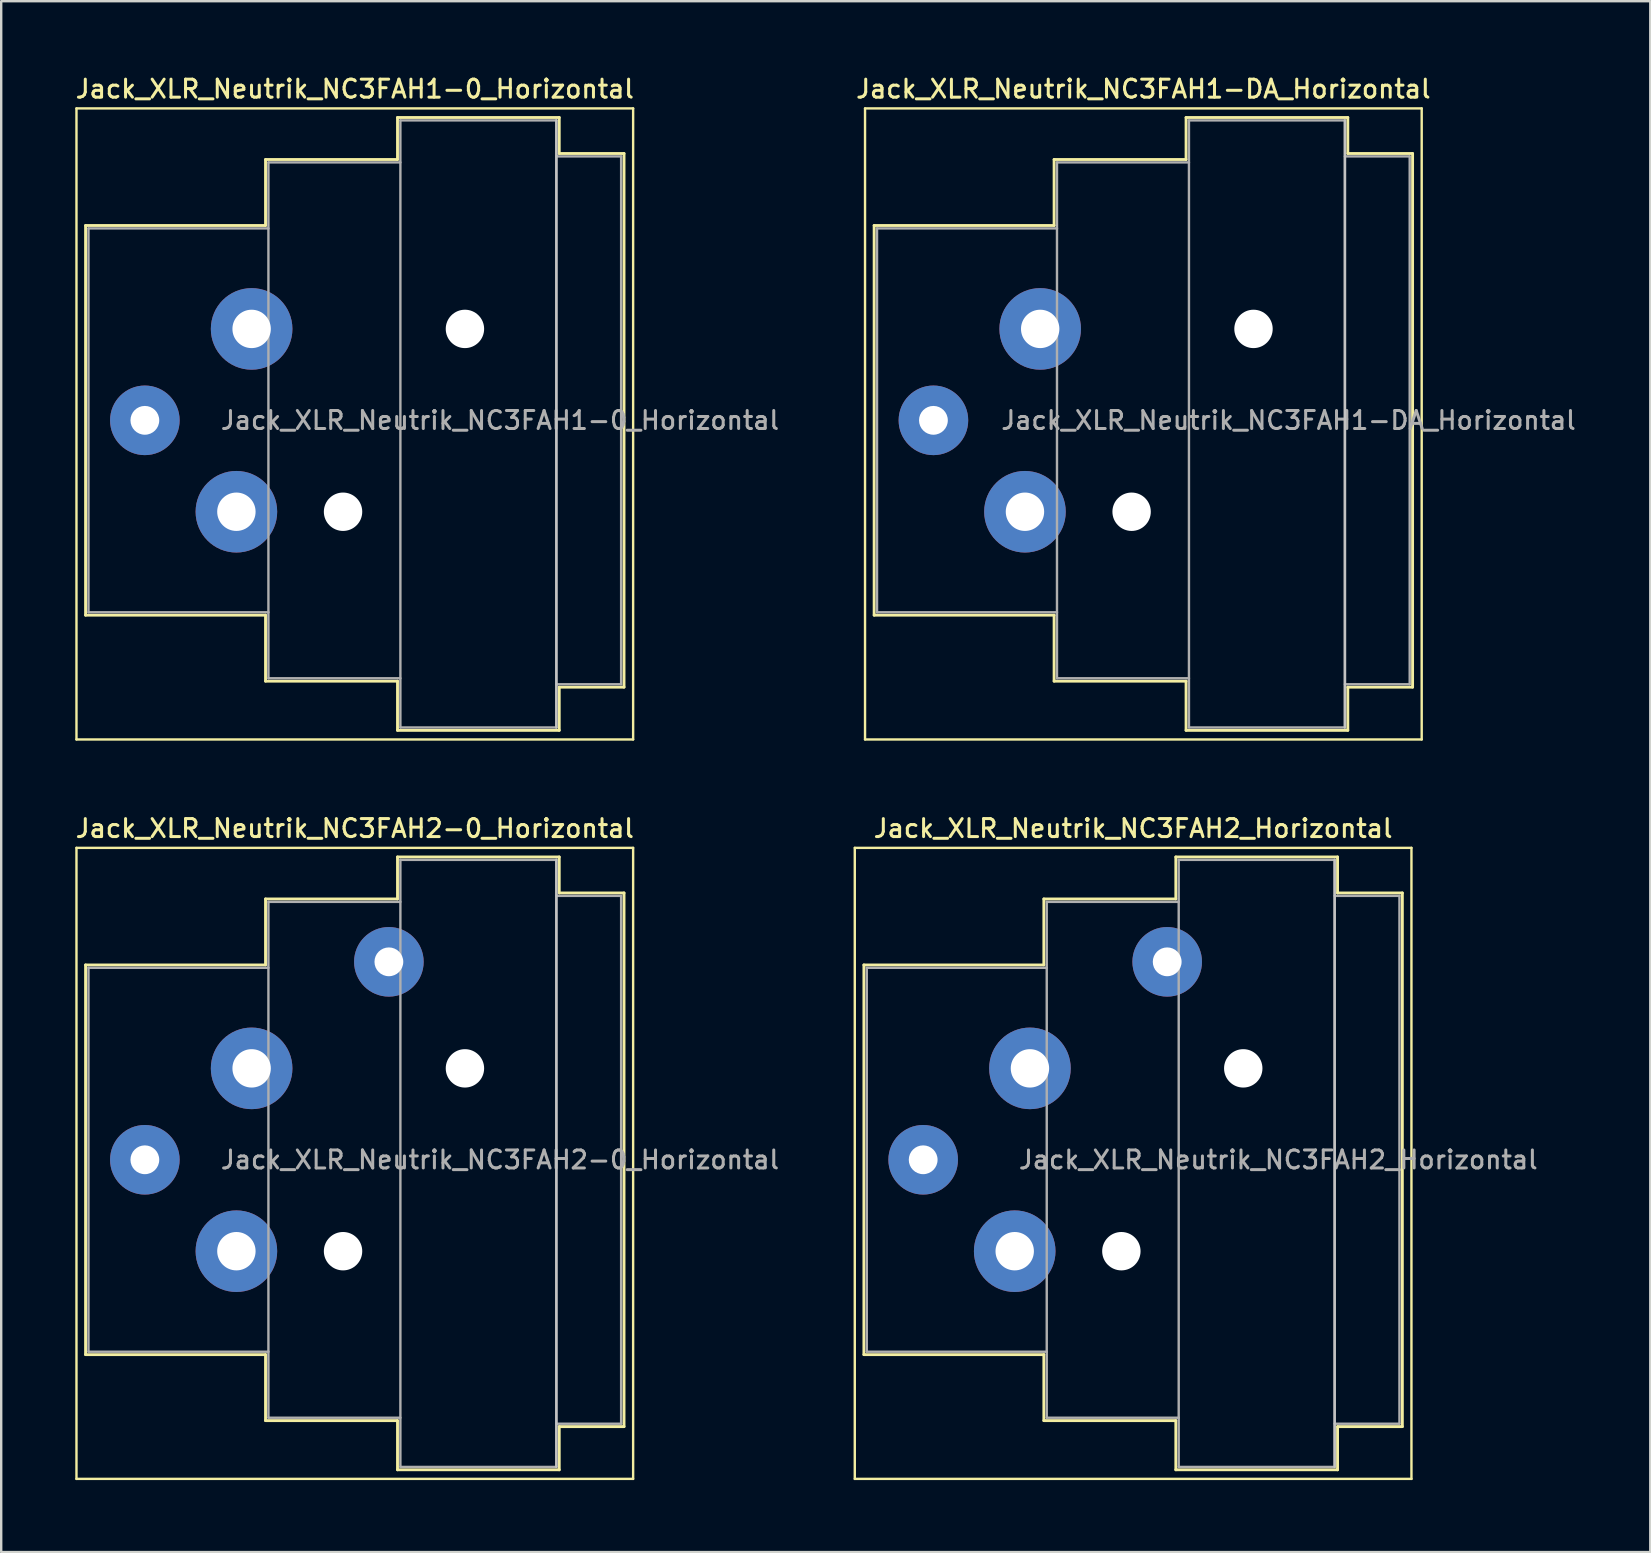
<source format=kicad_pcb>
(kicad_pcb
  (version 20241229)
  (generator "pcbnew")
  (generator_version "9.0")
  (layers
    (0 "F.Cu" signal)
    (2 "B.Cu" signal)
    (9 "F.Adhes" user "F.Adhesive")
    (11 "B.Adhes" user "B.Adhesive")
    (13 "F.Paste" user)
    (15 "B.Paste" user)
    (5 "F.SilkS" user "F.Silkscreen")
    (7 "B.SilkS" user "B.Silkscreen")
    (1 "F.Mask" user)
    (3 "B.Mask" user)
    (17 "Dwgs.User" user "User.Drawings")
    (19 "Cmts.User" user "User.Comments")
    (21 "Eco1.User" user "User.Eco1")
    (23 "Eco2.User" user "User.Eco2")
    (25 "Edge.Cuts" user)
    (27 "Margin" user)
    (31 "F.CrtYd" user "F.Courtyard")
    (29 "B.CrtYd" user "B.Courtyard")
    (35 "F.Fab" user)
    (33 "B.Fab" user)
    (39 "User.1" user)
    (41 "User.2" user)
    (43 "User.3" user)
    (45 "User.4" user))
  (footprint "Jack_XLR_Neutrik_NC3FAH2_Horizontal"
    (layer "F.Cu")
    (at 39.875 41.476)
    (property "Reference" "Jack_XLR_Neutrik_NC3FAH2_Horizontal" (at 4.3 -10 0) (layer "F.SilkS") (effects (font (size 0.75 0.75) (thickness 0.125))))
    (attr through_hole)
    (fp_line (start -7.3 -9.19) (end -7.3 17.11) (stroke (width 0.1) (type solid)) (layer "F.SilkS"))
    (fp_line (start -6.92 -4.31) (end -6.92 11.93) (stroke (width 0.12) (type solid)) (layer "F.SilkS"))
    (fp_line (start 0.58 -7.06) (end 0.58 -4.31) (stroke (width 0.12) (type solid)) (layer "F.SilkS"))
    (fp_line (start 0.58 -4.31) (end -6.92 -4.31) (stroke (width 0.12) (type solid)) (layer "F.SilkS"))
    (fp_line (start 0.58 11.93) (end -6.92 11.93) (stroke (width 0.12) (type solid)) (layer "F.SilkS"))
    (fp_line (start 0.58 11.93) (end 0.58 14.68) (stroke (width 0.12) (type solid)) (layer "F.SilkS"))
    (fp_line (start 6.08 -7.06) (end 0.58 -7.06) (stroke (width 0.12) (type solid)) (layer "F.SilkS"))
    (fp_line (start 6.08 -7.06) (end 6.08 -8.81) (stroke (width 0.12) (type solid)) (layer "F.SilkS"))
    (fp_line (start 6.08 14.68) (end 0.58 14.68) (stroke (width 0.12) (type solid)) (layer "F.SilkS"))
    (fp_line (start 6.08 16.73) (end 6.08 14.68) (stroke (width 0.12) (type solid)) (layer "F.SilkS"))
    (fp_line (start 12.82 -8.81) (end 6.08 -8.81) (stroke (width 0.12) (type solid)) (layer "F.SilkS"))
    (fp_line (start 12.82 -8.81) (end 12.82 -7.31) (stroke (width 0.12) (type solid)) (layer "F.SilkS"))
    (fp_line (start 12.82 -7.31) (end 15.52 -7.31) (stroke (width 0.12) (type solid)) (layer "F.SilkS"))
    (fp_line (start 12.82 14.93) (end 12.82 16.73) (stroke (width 0.12) (type solid)) (layer "F.SilkS"))
    (fp_line (start 12.82 14.93) (end 15.52 14.93) (stroke (width 0.12) (type solid)) (layer "F.SilkS"))
    (fp_line (start 12.82 16.73) (end 6.08 16.73) (stroke (width 0.12) (type solid)) (layer "F.SilkS"))
    (fp_line (start 15.52 -7.31) (end 15.52 14.93) (stroke (width 0.12) (type solid)) (layer "F.SilkS"))
    (fp_line (start 15.9 -9.19) (end -7.3 -9.19) (stroke (width 0.1) (type solid)) (layer "F.SilkS"))
    (fp_line (start 15.9 -9.19) (end 15.9 17.11) (stroke (width 0.1) (type solid)) (layer "F.SilkS"))
    (fp_line (start 15.9 17.11) (end -7.3 17.11) (stroke (width 0.1) (type solid)) (layer "F.SilkS"))
    (fp_line (start 12.7 -8.69) (end 12.7 16.61) (stroke (width 0.1) (type solid)) (layer "Dwgs.User"))
    (fp_line (start -6.8 -4.19) (end -6.8 11.81) (stroke (width 0.1) (type solid)) (layer "F.Fab"))
    (fp_line (start -6.8 11.81) (end 0.7 11.81) (stroke (width 0.1) (type solid)) (layer "F.Fab"))
    (fp_line (start 0.7 -6.94) (end 0.7 14.56) (stroke (width 0.1) (type solid)) (layer "F.Fab"))
    (fp_line (start 0.7 -4.19) (end -6.8 -4.19) (stroke (width 0.1) (type solid)) (layer "F.Fab"))
    (fp_line (start 0.7 14.56) (end 6.2 14.56) (stroke (width 0.1) (type solid)) (layer "F.Fab"))
    (fp_line (start 6.2 -8.69) (end 12.7 -8.69) (stroke (width 0.1) (type solid)) (layer "F.Fab"))
    (fp_line (start 6.2 -6.94) (end 0.7 -6.94) (stroke (width 0.1) (type solid)) (layer "F.Fab"))
    (fp_line (start 6.2 16.61) (end 6.2 -8.69) (stroke (width 0.1) (type solid)) (layer "F.Fab"))
    (fp_line (start 12.7 -8.69) (end 12.7 16.61) (stroke (width 0.1) (type solid)) (layer "F.Fab"))
    (fp_line (start 12.7 -7.19) (end 15.4 -7.19) (stroke (width 0.1) (type solid)) (layer "F.Fab"))
    (fp_line (start 12.7 16.61) (end 6.2 16.61) (stroke (width 0.1) (type solid)) (layer "F.Fab"))
    (fp_line (start 15.4 -7.19) (end 15.4 14.81) (stroke (width 0.1) (type solid)) (layer "F.Fab"))
    (fp_line (start 15.4 14.81) (end 12.7 14.81) (stroke (width 0.1) (type solid)) (layer "F.Fab"))
    (fp_text user "${REFERENCE}" (at 10.35 3.81 0) (layer "F.Fab") (effects (font (size 0.75 0.75) (thickness 0.125))))
    (pad "" np_thru_hole circle (at 3.81 7.62) (size 1.6 1.6) (drill 1.6) (layers "*.Cu" "*.Mask"))
    (pad "" np_thru_hole circle (at 8.89 0) (size 1.6 1.6) (drill 1.6) (layers "*.Cu" "*.Mask"))
    (pad "1" thru_hole circle (at 0 0) (size 3.4 3.4) (drill 1.6) (layers "*.Cu" "*.Mask"))
    (pad "2" thru_hole circle (at -0.635 7.62) (size 3.4 3.4) (drill 1.6) (layers "*.Cu" "*.Mask"))
    (pad "3" thru_hole circle (at -4.45 3.81) (size 2.9 2.9) (drill 1.2) (layers "*.Cu" "*.Mask"))
    (pad "G" thru_hole circle (at 5.72 -4.44) (size 2.9 2.9) (drill 1.2) (layers "*.Cu" "*.Mask")))
  (footprint "Jack_XLR_Neutrik_NC3FAH2-0_Horizontal"
    (layer "F.Cu")
    (at 7.437 41.476)
    (property "Reference" "Jack_XLR_Neutrik_NC3FAH2-0_Horizontal" (at 4.3 -10 0) (layer "F.SilkS") (effects (font (size 0.75 0.75) (thickness 0.125))))
    (attr through_hole)
    (fp_line (start -7.3 -9.19) (end -7.3 17.11) (stroke (width 0.1) (type solid)) (layer "F.SilkS"))
    (fp_line (start -6.92 -4.31) (end -6.92 11.93) (stroke (width 0.12) (type solid)) (layer "F.SilkS"))
    (fp_line (start 0.58 -7.06) (end 0.58 -4.31) (stroke (width 0.12) (type solid)) (layer "F.SilkS"))
    (fp_line (start 0.58 -4.31) (end -6.92 -4.31) (stroke (width 0.12) (type solid)) (layer "F.SilkS"))
    (fp_line (start 0.58 11.93) (end -6.92 11.93) (stroke (width 0.12) (type solid)) (layer "F.SilkS"))
    (fp_line (start 0.58 11.93) (end 0.58 14.68) (stroke (width 0.12) (type solid)) (layer "F.SilkS"))
    (fp_line (start 6.08 -7.06) (end 0.58 -7.06) (stroke (width 0.12) (type solid)) (layer "F.SilkS"))
    (fp_line (start 6.08 -7.06) (end 6.08 -8.81) (stroke (width 0.12) (type solid)) (layer "F.SilkS"))
    (fp_line (start 6.08 14.68) (end 0.58 14.68) (stroke (width 0.12) (type solid)) (layer "F.SilkS"))
    (fp_line (start 6.08 16.73) (end 6.08 14.68) (stroke (width 0.12) (type solid)) (layer "F.SilkS"))
    (fp_line (start 12.82 -8.81) (end 6.08 -8.81) (stroke (width 0.12) (type solid)) (layer "F.SilkS"))
    (fp_line (start 12.82 -8.81) (end 12.82 -7.31) (stroke (width 0.12) (type solid)) (layer "F.SilkS"))
    (fp_line (start 12.82 -7.31) (end 15.52 -7.31) (stroke (width 0.12) (type solid)) (layer "F.SilkS"))
    (fp_line (start 12.82 14.93) (end 12.82 16.73) (stroke (width 0.12) (type solid)) (layer "F.SilkS"))
    (fp_line (start 12.82 14.93) (end 15.52 14.93) (stroke (width 0.12) (type solid)) (layer "F.SilkS"))
    (fp_line (start 12.82 16.73) (end 6.08 16.73) (stroke (width 0.12) (type solid)) (layer "F.SilkS"))
    (fp_line (start 15.52 -7.31) (end 15.52 14.93) (stroke (width 0.12) (type solid)) (layer "F.SilkS"))
    (fp_line (start 15.9 -9.19) (end -7.3 -9.19) (stroke (width 0.1) (type solid)) (layer "F.SilkS"))
    (fp_line (start 15.9 -9.19) (end 15.9 17.11) (stroke (width 0.1) (type solid)) (layer "F.SilkS"))
    (fp_line (start 15.9 17.11) (end -7.3 17.11) (stroke (width 0.1) (type solid)) (layer "F.SilkS"))
    (fp_line (start 12.7 -8.69) (end 12.7 16.61) (stroke (width 0.1) (type solid)) (layer "Dwgs.User"))
    (fp_line (start -6.8 -4.19) (end -6.8 11.81) (stroke (width 0.1) (type solid)) (layer "F.Fab"))
    (fp_line (start -6.8 11.81) (end 0.7 11.81) (stroke (width 0.1) (type solid)) (layer "F.Fab"))
    (fp_line (start 0.7 -6.94) (end 0.7 14.56) (stroke (width 0.1) (type solid)) (layer "F.Fab"))
    (fp_line (start 0.7 -4.19) (end -6.8 -4.19) (stroke (width 0.1) (type solid)) (layer "F.Fab"))
    (fp_line (start 0.7 14.56) (end 6.2 14.56) (stroke (width 0.1) (type solid)) (layer "F.Fab"))
    (fp_line (start 6.2 -8.69) (end 12.7 -8.69) (stroke (width 0.1) (type solid)) (layer "F.Fab"))
    (fp_line (start 6.2 -6.94) (end 0.7 -6.94) (stroke (width 0.1) (type solid)) (layer "F.Fab"))
    (fp_line (start 6.2 16.61) (end 6.2 -8.69) (stroke (width 0.1) (type solid)) (layer "F.Fab"))
    (fp_line (start 12.7 -8.69) (end 12.7 16.61) (stroke (width 0.1) (type solid)) (layer "F.Fab"))
    (fp_line (start 12.7 -7.19) (end 15.4 -7.19) (stroke (width 0.1) (type solid)) (layer "F.Fab"))
    (fp_line (start 12.7 16.61) (end 6.2 16.61) (stroke (width 0.1) (type solid)) (layer "F.Fab"))
    (fp_line (start 15.4 -7.19) (end 15.4 14.81) (stroke (width 0.1) (type solid)) (layer "F.Fab"))
    (fp_line (start 15.4 14.81) (end 12.7 14.81) (stroke (width 0.1) (type solid)) (layer "F.Fab"))
    (fp_text user "${REFERENCE}" (at 10.35 3.81 0) (layer "F.Fab") (effects (font (size 0.75 0.75) (thickness 0.125))))
    (pad "" np_thru_hole circle (at 3.81 7.62) (size 1.6 1.6) (drill 1.6) (layers "*.Cu" "*.Mask"))
    (pad "" np_thru_hole circle (at 8.89 0) (size 1.6 1.6) (drill 1.6) (layers "*.Cu" "*.Mask"))
    (pad "1" thru_hole circle (at 0 0) (size 3.4 3.4) (drill 1.6) (layers "*.Cu" "*.Mask"))
    (pad "2" thru_hole circle (at -0.635 7.62) (size 3.4 3.4) (drill 1.6) (layers "*.Cu" "*.Mask"))
    (pad "3" thru_hole circle (at -4.45 3.81) (size 2.9 2.9) (drill 1.2) (layers "*.Cu" "*.Mask"))
    (pad "G" thru_hole circle (at 5.72 -4.44) (size 2.9 2.9) (drill 1.2) (layers "*.Cu" "*.Mask")))
  (footprint "Jack_XLR_Neutrik_NC3FAH1-0_Horizontal"
    (layer "F.Cu")
    (at 7.437 10.658)
    (property "Reference" "Jack_XLR_Neutrik_NC3FAH1-0_Horizontal" (at 4.3 -10 0) (layer "F.SilkS") (effects (font (size 0.75 0.75) (thickness 0.125))))
    (attr through_hole)
    (fp_line (start -7.3 -9.19) (end -7.3 17.11) (stroke (width 0.1) (type solid)) (layer "F.SilkS"))
    (fp_line (start -6.92 -4.31) (end -6.92 11.93) (stroke (width 0.12) (type solid)) (layer "F.SilkS"))
    (fp_line (start 0.58 -7.06) (end 0.58 -4.31) (stroke (width 0.12) (type solid)) (layer "F.SilkS"))
    (fp_line (start 0.58 -4.31) (end -6.92 -4.31) (stroke (width 0.12) (type solid)) (layer "F.SilkS"))
    (fp_line (start 0.58 11.93) (end -6.92 11.93) (stroke (width 0.12) (type solid)) (layer "F.SilkS"))
    (fp_line (start 0.58 11.93) (end 0.58 14.68) (stroke (width 0.12) (type solid)) (layer "F.SilkS"))
    (fp_line (start 6.08 -7.06) (end 0.58 -7.06) (stroke (width 0.12) (type solid)) (layer "F.SilkS"))
    (fp_line (start 6.08 -7.06) (end 6.08 -8.81) (stroke (width 0.12) (type solid)) (layer "F.SilkS"))
    (fp_line (start 6.08 14.68) (end 0.58 14.68) (stroke (width 0.12) (type solid)) (layer "F.SilkS"))
    (fp_line (start 6.08 16.73) (end 6.08 14.68) (stroke (width 0.12) (type solid)) (layer "F.SilkS"))
    (fp_line (start 12.82 -8.81) (end 6.08 -8.81) (stroke (width 0.12) (type solid)) (layer "F.SilkS"))
    (fp_line (start 12.82 -8.81) (end 12.82 -7.31) (stroke (width 0.12) (type solid)) (layer "F.SilkS"))
    (fp_line (start 12.82 -7.31) (end 15.52 -7.31) (stroke (width 0.12) (type solid)) (layer "F.SilkS"))
    (fp_line (start 12.82 14.93) (end 12.82 16.73) (stroke (width 0.12) (type solid)) (layer "F.SilkS"))
    (fp_line (start 12.82 14.93) (end 15.52 14.93) (stroke (width 0.12) (type solid)) (layer "F.SilkS"))
    (fp_line (start 12.82 16.73) (end 6.08 16.73) (stroke (width 0.12) (type solid)) (layer "F.SilkS"))
    (fp_line (start 15.52 -7.31) (end 15.52 14.93) (stroke (width 0.12) (type solid)) (layer "F.SilkS"))
    (fp_line (start 15.9 -9.19) (end -7.3 -9.19) (stroke (width 0.1) (type solid)) (layer "F.SilkS"))
    (fp_line (start 15.9 -9.19) (end 15.9 17.11) (stroke (width 0.1) (type solid)) (layer "F.SilkS"))
    (fp_line (start 15.9 17.11) (end -7.3 17.11) (stroke (width 0.1) (type solid)) (layer "F.SilkS"))
    (fp_line (start 12.7 -8.69) (end 12.7 16.61) (stroke (width 0.1) (type solid)) (layer "Dwgs.User"))
    (fp_line (start -6.8 -4.19) (end -6.8 11.81) (stroke (width 0.1) (type solid)) (layer "F.Fab"))
    (fp_line (start -6.8 11.81) (end 0.7 11.81) (stroke (width 0.1) (type solid)) (layer "F.Fab"))
    (fp_line (start 0.7 -6.94) (end 0.7 14.56) (stroke (width 0.1) (type solid)) (layer "F.Fab"))
    (fp_line (start 0.7 -4.19) (end -6.8 -4.19) (stroke (width 0.1) (type solid)) (layer "F.Fab"))
    (fp_line (start 0.7 14.56) (end 6.2 14.56) (stroke (width 0.1) (type solid)) (layer "F.Fab"))
    (fp_line (start 6.2 -8.69) (end 12.7 -8.69) (stroke (width 0.1) (type solid)) (layer "F.Fab"))
    (fp_line (start 6.2 -6.94) (end 0.7 -6.94) (stroke (width 0.1) (type solid)) (layer "F.Fab"))
    (fp_line (start 6.2 16.61) (end 6.2 -8.69) (stroke (width 0.1) (type solid)) (layer "F.Fab"))
    (fp_line (start 12.7 -8.69) (end 12.7 16.61) (stroke (width 0.1) (type solid)) (layer "F.Fab"))
    (fp_line (start 12.7 -7.19) (end 15.4 -7.19) (stroke (width 0.1) (type solid)) (layer "F.Fab"))
    (fp_line (start 12.7 16.61) (end 6.2 16.61) (stroke (width 0.1) (type solid)) (layer "F.Fab"))
    (fp_line (start 15.4 -7.19) (end 15.4 14.81) (stroke (width 0.1) (type solid)) (layer "F.Fab"))
    (fp_line (start 15.4 14.81) (end 12.7 14.81) (stroke (width 0.1) (type solid)) (layer "F.Fab"))
    (fp_text user "${REFERENCE}" (at 10.35 3.81 0) (layer "F.Fab") (effects (font (size 0.75 0.75) (thickness 0.125))))
    (pad "" np_thru_hole circle (at 3.81 7.62) (size 1.6 1.6) (drill 1.6) (layers "*.Cu" "*.Mask"))
    (pad "" np_thru_hole circle (at 8.89 0) (size 1.6 1.6) (drill 1.6) (layers "*.Cu" "*.Mask"))
    (pad "1" thru_hole circle (at 0 0) (size 3.4 3.4) (drill 1.6) (layers "*.Cu" "*.Mask"))
    (pad "2" thru_hole circle (at -0.635 7.62) (size 3.4 3.4) (drill 1.6) (layers "*.Cu" "*.Mask"))
    (pad "3" thru_hole circle (at -4.45 3.81) (size 2.9 2.9) (drill 1.2) (layers "*.Cu" "*.Mask")))
  (footprint "Jack_XLR_Neutrik_NC3FAH1-DA_Horizontal"
    (layer "F.Cu")
    (at 40.302 10.658)
    (property "Reference" "Jack_XLR_Neutrik_NC3FAH1-DA_Horizontal" (at 4.3 -10 0) (layer "F.SilkS") (effects (font (size 0.75 0.75) (thickness 0.125))))
    (attr through_hole)
    (fp_line (start -7.3 -9.19) (end -7.3 17.11) (stroke (width 0.1) (type solid)) (layer "F.SilkS"))
    (fp_line (start -6.92 -4.31) (end -6.92 11.93) (stroke (width 0.12) (type solid)) (layer "F.SilkS"))
    (fp_line (start 0.58 -7.06) (end 0.58 -4.31) (stroke (width 0.12) (type solid)) (layer "F.SilkS"))
    (fp_line (start 0.58 -4.31) (end -6.92 -4.31) (stroke (width 0.12) (type solid)) (layer "F.SilkS"))
    (fp_line (start 0.58 11.93) (end -6.92 11.93) (stroke (width 0.12) (type solid)) (layer "F.SilkS"))
    (fp_line (start 0.58 11.93) (end 0.58 14.68) (stroke (width 0.12) (type solid)) (layer "F.SilkS"))
    (fp_line (start 6.08 -7.06) (end 0.58 -7.06) (stroke (width 0.12) (type solid)) (layer "F.SilkS"))
    (fp_line (start 6.08 -7.06) (end 6.08 -8.81) (stroke (width 0.12) (type solid)) (layer "F.SilkS"))
    (fp_line (start 6.08 14.68) (end 0.58 14.68) (stroke (width 0.12) (type solid)) (layer "F.SilkS"))
    (fp_line (start 6.08 16.73) (end 6.08 14.68) (stroke (width 0.12) (type solid)) (layer "F.SilkS"))
    (fp_line (start 12.82 -8.81) (end 6.08 -8.81) (stroke (width 0.12) (type solid)) (layer "F.SilkS"))
    (fp_line (start 12.82 -8.81) (end 12.82 -7.31) (stroke (width 0.12) (type solid)) (layer "F.SilkS"))
    (fp_line (start 12.82 -7.31) (end 15.52 -7.31) (stroke (width 0.12) (type solid)) (layer "F.SilkS"))
    (fp_line (start 12.82 14.93) (end 12.82 16.73) (stroke (width 0.12) (type solid)) (layer "F.SilkS"))
    (fp_line (start 12.82 14.93) (end 15.52 14.93) (stroke (width 0.12) (type solid)) (layer "F.SilkS"))
    (fp_line (start 12.82 16.73) (end 6.08 16.73) (stroke (width 0.12) (type solid)) (layer "F.SilkS"))
    (fp_line (start 15.52 -7.31) (end 15.52 14.93) (stroke (width 0.12) (type solid)) (layer "F.SilkS"))
    (fp_line (start 15.9 -9.19) (end -7.3 -9.19) (stroke (width 0.1) (type solid)) (layer "F.SilkS"))
    (fp_line (start 15.9 -9.19) (end 15.9 17.11) (stroke (width 0.1) (type solid)) (layer "F.SilkS"))
    (fp_line (start 15.9 17.11) (end -7.3 17.11) (stroke (width 0.1) (type solid)) (layer "F.SilkS"))
    (fp_line (start 12.7 -8.69) (end 12.7 16.61) (stroke (width 0.1) (type solid)) (layer "Dwgs.User"))
    (fp_line (start -6.8 -4.19) (end -6.8 11.81) (stroke (width 0.1) (type solid)) (layer "F.Fab"))
    (fp_line (start -6.8 11.81) (end 0.7 11.81) (stroke (width 0.1) (type solid)) (layer "F.Fab"))
    (fp_line (start 0.7 -6.94) (end 0.7 14.56) (stroke (width 0.1) (type solid)) (layer "F.Fab"))
    (fp_line (start 0.7 -4.19) (end -6.8 -4.19) (stroke (width 0.1) (type solid)) (layer "F.Fab"))
    (fp_line (start 0.7 14.56) (end 6.2 14.56) (stroke (width 0.1) (type solid)) (layer "F.Fab"))
    (fp_line (start 6.2 -8.69) (end 12.7 -8.69) (stroke (width 0.1) (type solid)) (layer "F.Fab"))
    (fp_line (start 6.2 -6.94) (end 0.7 -6.94) (stroke (width 0.1) (type solid)) (layer "F.Fab"))
    (fp_line (start 6.2 16.61) (end 6.2 -8.69) (stroke (width 0.1) (type solid)) (layer "F.Fab"))
    (fp_line (start 12.7 -8.69) (end 12.7 16.61) (stroke (width 0.1) (type solid)) (layer "F.Fab"))
    (fp_line (start 12.7 -7.19) (end 15.4 -7.19) (stroke (width 0.1) (type solid)) (layer "F.Fab"))
    (fp_line (start 12.7 16.61) (end 6.2 16.61) (stroke (width 0.1) (type solid)) (layer "F.Fab"))
    (fp_line (start 15.4 -7.19) (end 15.4 14.81) (stroke (width 0.1) (type solid)) (layer "F.Fab"))
    (fp_line (start 15.4 14.81) (end 12.7 14.81) (stroke (width 0.1) (type solid)) (layer "F.Fab"))
    (fp_text user "${REFERENCE}" (at 10.35 3.81 0) (layer "F.Fab") (effects (font (size 0.75 0.75) (thickness 0.125))))
    (pad "" np_thru_hole circle (at 3.81 7.62) (size 1.6 1.6) (drill 1.6) (layers "*.Cu" "*.Mask"))
    (pad "" np_thru_hole circle (at 8.89 0) (size 1.6 1.6) (drill 1.6) (layers "*.Cu" "*.Mask"))
    (pad "1" thru_hole circle (at 0 0) (size 3.4 3.4) (drill 1.6) (layers "*.Cu" "*.Mask"))
    (pad "2" thru_hole circle (at -0.635 7.62) (size 3.4 3.4) (drill 1.6) (layers "*.Cu" "*.Mask"))
    (pad "3" thru_hole circle (at -4.45 3.81) (size 2.9 2.9) (drill 1.2) (layers "*.Cu" "*.Mask")))
  (gr_rect
    (start -3 -3)
    (end 65.729 61.636)
    (stroke (width 0.1) (type default))
    (fill no)
    (layer "Edge.Cuts")))
</source>
